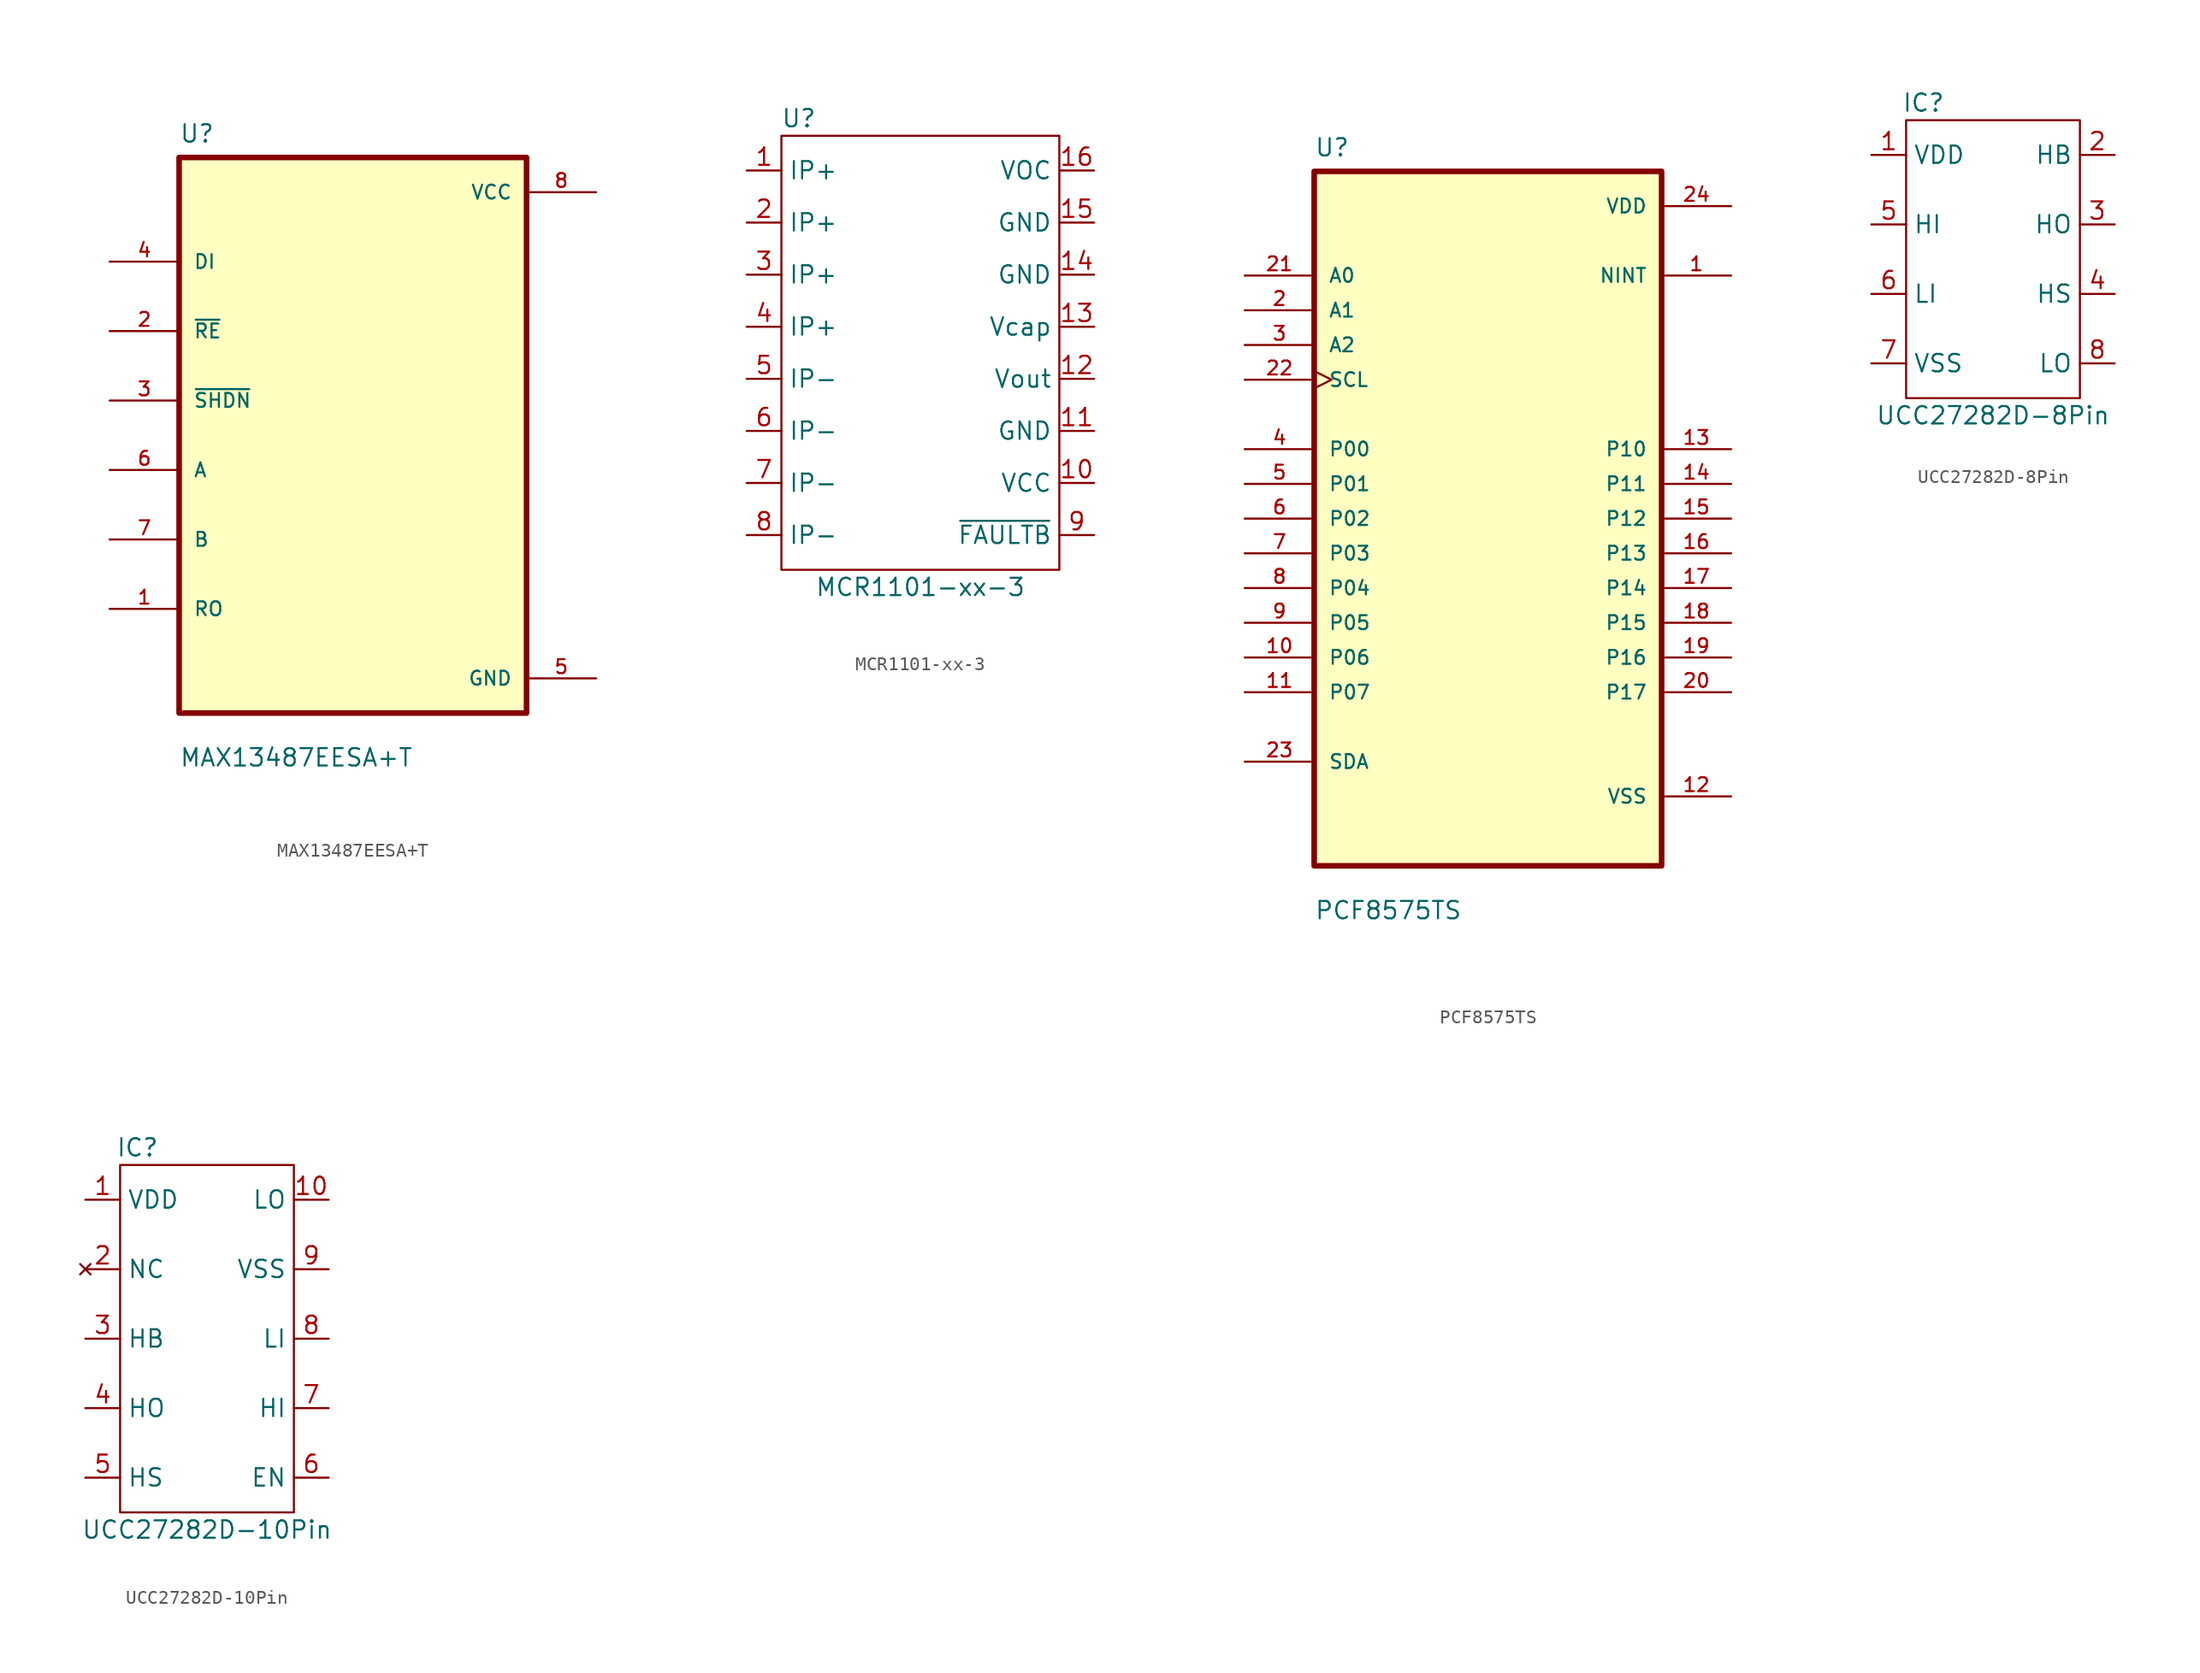
<source format=kicad_sym>
(kicad_symbol_lib
  (version 20220914)
  (generator kicad_symbol_editor)
  (symbol "MAX13487EESA+T"
    (pin_names
      (offset 1.016))
    (property "Reference" "U"
      (at -12.7 21.32 0)
      (effects (font (size 1.27 1.27)) (justify left bottom)))
    (property "Value" "MAX13487EESA+T"
      (at -12.7 -24.32 0)
      (effects (font (size 1.27 1.27)) (justify left bottom)))
    (symbol "MAX13487EESA+T_0_0"
      (rectangle (start -12.7 20.32) (end 12.7 -20.32) (stroke (width 0.41) (type default)) (fill (type background)))
      (pin bidirectional line (at -17.78 -12.7 0) (length 5.08) (name "RO" (effects (font (size 1.016 1.016)))) (number "1" (effects (font (size 1.016 1.016)))))
      (pin bidirectional line (at -17.78 7.62 0) (length 5.08) (name "~{RE}" (effects (font (size 1.016 1.016)))) (number "2" (effects (font (size 1.016 1.016)))))
      (pin bidirectional line (at -17.78 2.54 0) (length 5.08) (name "~{SHDN}" (effects (font (size 1.016 1.016)))) (number "3" (effects (font (size 1.016 1.016)))))
      (pin input line (at -17.78 12.7 0) (length 5.08) (name "DI" (effects (font (size 1.016 1.016)))) (number "4" (effects (font (size 1.016 1.016)))))
      (pin power_in line (at 17.78 -17.78 180) (length 5.08) (name "GND" (effects (font (size 1.016 1.016)))) (number "5" (effects (font (size 1.016 1.016)))))
      (pin bidirectional line (at -17.78 -2.54 0) (length 5.08) (name "A" (effects (font (size 1.016 1.016)))) (number "6" (effects (font (size 1.016 1.016)))))
      (pin bidirectional line (at -17.78 -7.62 0) (length 5.08) (name "B" (effects (font (size 1.016 1.016)))) (number "7" (effects (font (size 1.016 1.016)))))
      (pin power_in line (at 17.78 17.78 180) (length 5.08) (name "VCC" (effects (font (size 1.016 1.016)))) (number "8" (effects (font (size 1.016 1.016)))))))
  (symbol "MCR1101-xx-3"
    (property "Reference" "U"
      (at -8.89 16.51 0)
      (effects (font (size 1.27 1.27))))
    (property "Value" "MCR1101-xx-3"
      (at 0 -17.78 0)
      (effects (font (size 1.27 1.27))))
    (symbol "MCR1101-xx-3_0_1"
      (rectangle (start -10.16 15.24) (end 10.16 -16.51) (stroke (width 0) (type default)) (fill (type none))))
    (symbol "MCR1101-xx-3_1_1"
      (pin passive line (at -12.7 12.7 0) (length 2.54) (name "IP+" (effects (font (size 1.27 1.27)))) (number "1" (effects (font (size 1.27 1.27)))))
      (pin power_in line (at 12.7 -10.16 180) (length 2.54) (name "VCC" (effects (font (size 1.27 1.27)))) (number "10" (effects (font (size 1.27 1.27)))))
      (pin power_in line (at 12.7 -6.35 180) (length 2.54) (name "GND" (effects (font (size 1.27 1.27)))) (number "11" (effects (font (size 1.27 1.27)))))
      (pin output line (at 12.7 -2.54 180) (length 2.54) (name "Vout" (effects (font (size 1.27 1.27)))) (number "12" (effects (font (size 1.27 1.27)))))
      (pin passive line (at 12.7 1.27 180) (length 2.54) (name "Vcap" (effects (font (size 1.27 1.27)))) (number "13" (effects (font (size 1.27 1.27)))))
      (pin passive line (at 12.7 5.08 180) (length 2.54) (name "GND" (effects (font (size 1.27 1.27)))) (number "14" (effects (font (size 1.27 1.27)))))
      (pin passive line (at 12.7 8.89 180) (length 2.54) (name "GND" (effects (font (size 1.27 1.27)))) (number "15" (effects (font (size 1.27 1.27)))))
      (pin input line (at 12.7 12.7 180) (length 2.54) (name "VOC" (effects (font (size 1.27 1.27)))) (number "16" (effects (font (size 1.27 1.27)))))
      (pin passive line (at -12.7 8.89 0) (length 2.54) (name "IP+" (effects (font (size 1.27 1.27)))) (number "2" (effects (font (size 1.27 1.27)))))
      (pin passive line (at -12.7 5.08 0) (length 2.54) (name "IP+" (effects (font (size 1.27 1.27)))) (number "3" (effects (font (size 1.27 1.27)))))
      (pin passive line (at -12.7 1.27 0) (length 2.54) (name "IP+" (effects (font (size 1.27 1.27)))) (number "4" (effects (font (size 1.27 1.27)))))
      (pin passive line (at -12.7 -2.54 0) (length 2.54) (name "IP-" (effects (font (size 1.27 1.27)))) (number "5" (effects (font (size 1.27 1.27)))))
      (pin passive line (at -12.7 -6.35 0) (length 2.54) (name "IP-" (effects (font (size 1.27 1.27)))) (number "6" (effects (font (size 1.27 1.27)))))
      (pin passive line (at -12.7 -10.16 0) (length 2.54) (name "IP-" (effects (font (size 1.27 1.27)))) (number "7" (effects (font (size 1.27 1.27)))))
      (pin passive line (at -12.7 -13.97 0) (length 2.54) (name "IP-" (effects (font (size 1.27 1.27)))) (number "8" (effects (font (size 1.27 1.27)))))
      (pin output line (at 12.7 -13.97 180) (length 2.54) (name "~{FAULTB}" (effects (font (size 1.27 1.27)))) (number "9" (effects (font (size 1.27 1.27)))))))
  (symbol "PCF8575TS"
    (pin_names
      (offset 1.016))
    (property "Reference" "U"
      (at -12.7 26.4 0)
      (effects (font (size 1.27 1.27)) (justify left bottom)))
    (property "Value" "PCF8575TS"
      (at -12.7 -29.4 0)
      (effects (font (size 1.27 1.27)) (justify left bottom)))
    (symbol "PCF8575TS_0_0"
      (rectangle (start -12.7 -25.4) (end 12.7 25.4) (stroke (width 0.41) (type default)) (fill (type background)))
      (pin output line (at 17.78 17.78 180) (length 5.08) (name "NINT" (effects (font (size 1.016 1.016)))) (number "1" (effects (font (size 1.016 1.016)))))
      (pin bidirectional line (at -17.78 -10.16 0) (length 5.08) (name "P06" (effects (font (size 1.016 1.016)))) (number "10" (effects (font (size 1.016 1.016)))))
      (pin bidirectional line (at -17.78 -12.7 0) (length 5.08) (name "P07" (effects (font (size 1.016 1.016)))) (number "11" (effects (font (size 1.016 1.016)))))
      (pin power_in line (at 17.78 -20.32 180) (length 5.08) (name "VSS" (effects (font (size 1.016 1.016)))) (number "12" (effects (font (size 1.016 1.016)))))
      (pin bidirectional line (at 17.78 5.08 180) (length 5.08) (name "P10" (effects (font (size 1.016 1.016)))) (number "13" (effects (font (size 1.016 1.016)))))
      (pin bidirectional line (at 17.78 2.54 180) (length 5.08) (name "P11" (effects (font (size 1.016 1.016)))) (number "14" (effects (font (size 1.016 1.016)))))
      (pin bidirectional line (at 17.78 0 180) (length 5.08) (name "P12" (effects (font (size 1.016 1.016)))) (number "15" (effects (font (size 1.016 1.016)))))
      (pin bidirectional line (at 17.78 -2.54 180) (length 5.08) (name "P13" (effects (font (size 1.016 1.016)))) (number "16" (effects (font (size 1.016 1.016)))))
      (pin bidirectional line (at 17.78 -5.08 180) (length 5.08) (name "P14" (effects (font (size 1.016 1.016)))) (number "17" (effects (font (size 1.016 1.016)))))
      (pin bidirectional line (at 17.78 -7.62 180) (length 5.08) (name "P15" (effects (font (size 1.016 1.016)))) (number "18" (effects (font (size 1.016 1.016)))))
      (pin bidirectional line (at 17.78 -10.16 180) (length 5.08) (name "P16" (effects (font (size 1.016 1.016)))) (number "19" (effects (font (size 1.016 1.016)))))
      (pin input line (at -17.78 15.24 0) (length 5.08) (name "A1" (effects (font (size 1.016 1.016)))) (number "2" (effects (font (size 1.016 1.016)))))
      (pin bidirectional line (at 17.78 -12.7 180) (length 5.08) (name "P17" (effects (font (size 1.016 1.016)))) (number "20" (effects (font (size 1.016 1.016)))))
      (pin input line (at -17.78 17.78 0) (length 5.08) (name "A0" (effects (font (size 1.016 1.016)))) (number "21" (effects (font (size 1.016 1.016)))))
      (pin input clock (at -17.78 10.16 0) (length 5.08) (name "SCL" (effects (font (size 1.016 1.016)))) (number "22" (effects (font (size 1.016 1.016)))))
      (pin bidirectional line (at -17.78 -17.78 0) (length 5.08) (name "SDA" (effects (font (size 1.016 1.016)))) (number "23" (effects (font (size 1.016 1.016)))))
      (pin power_in line (at 17.78 22.86 180) (length 5.08) (name "VDD" (effects (font (size 1.016 1.016)))) (number "24" (effects (font (size 1.016 1.016)))))
      (pin input line (at -17.78 12.7 0) (length 5.08) (name "A2" (effects (font (size 1.016 1.016)))) (number "3" (effects (font (size 1.016 1.016)))))
      (pin bidirectional line (at -17.78 5.08 0) (length 5.08) (name "P00" (effects (font (size 1.016 1.016)))) (number "4" (effects (font (size 1.016 1.016)))))
      (pin bidirectional line (at -17.78 2.54 0) (length 5.08) (name "P01" (effects (font (size 1.016 1.016)))) (number "5" (effects (font (size 1.016 1.016)))))
      (pin bidirectional line (at -17.78 0 0) (length 5.08) (name "P02" (effects (font (size 1.016 1.016)))) (number "6" (effects (font (size 1.016 1.016)))))
      (pin bidirectional line (at -17.78 -2.54 0) (length 5.08) (name "P03" (effects (font (size 1.016 1.016)))) (number "7" (effects (font (size 1.016 1.016)))))
      (pin bidirectional line (at -17.78 -5.08 0) (length 5.08) (name "P04" (effects (font (size 1.016 1.016)))) (number "8" (effects (font (size 1.016 1.016)))))
      (pin bidirectional line (at -17.78 -7.62 0) (length 5.08) (name "P05" (effects (font (size 1.016 1.016)))) (number "9" (effects (font (size 1.016 1.016)))))))
  (symbol "UCC27282D-8Pin"
    (property "Reference" "IC"
      (at -5.08 10.16 0)
      (effects (font (size 1.27 1.27))))
    (property "Value" "UCC27282D-8Pin"
      (at 0 -12.7 0)
      (effects (font (size 1.27 1.27))))
    (symbol "UCC27282D-8Pin_0_1"
      (rectangle (start -6.35 8.89) (end 6.35 -11.43) (stroke (width 0) (type default)) (fill (type none))))
    (symbol "UCC27282D-8Pin_1_1"
      (pin power_in line (at -8.89 6.35 0) (length 2.54) (name "VDD" (effects (font (size 1.27 1.27)))) (number "1" (effects (font (size 1.27 1.27)))))
      (pin input line (at 8.89 6.35 180) (length 2.54) (name "HB" (effects (font (size 1.27 1.27)))) (number "2" (effects (font (size 1.27 1.27)))))
      (pin output line (at 8.89 1.27 180) (length 2.54) (name "HO" (effects (font (size 1.27 1.27)))) (number "3" (effects (font (size 1.27 1.27)))))
      (pin passive line (at 8.89 -3.81 180) (length 2.54) (name "HS" (effects (font (size 1.27 1.27)))) (number "4" (effects (font (size 1.27 1.27)))))
      (pin input line (at -8.89 1.27 0) (length 2.54) (name "HI" (effects (font (size 1.27 1.27)))) (number "5" (effects (font (size 1.27 1.27)))))
      (pin input line (at -8.89 -3.81 0) (length 2.54) (name "LI" (effects (font (size 1.27 1.27)))) (number "6" (effects (font (size 1.27 1.27)))))
      (pin power_in line (at -8.89 -8.89 0) (length 2.54) (name "VSS" (effects (font (size 1.27 1.27)))) (number "7" (effects (font (size 1.27 1.27)))))
      (pin output line (at 8.89 -8.89 180) (length 2.54) (name "LO" (effects (font (size 1.27 1.27)))) (number "8" (effects (font (size 1.27 1.27)))))))
  (symbol "UCC27282D-10Pin"
    (property "Reference" "IC"
      (at -5.08 8.89 0)
      (effects (font (size 1.27 1.27))))
    (property "Value" "UCC27282D-10Pin"
      (at 0 -19.05 0)
      (effects (font (size 1.27 1.27))))
    (symbol "UCC27282D-10Pin_0_1"
      (rectangle (start -6.35 7.62) (end 6.35 -17.78) (stroke (width 0) (type default)) (fill (type none))))
    (symbol "UCC27282D-10Pin_1_1"
      (pin power_in line (at -8.89 5.08 0) (length 2.54) (name "VDD" (effects (font (size 1.27 1.27)))) (number "1" (effects (font (size 1.27 1.27)))))
      (pin output line (at 8.89 5.08 180) (length 2.54) (name "LO" (effects (font (size 1.27 1.27)))) (number "10" (effects (font (size 1.27 1.27)))))
      (pin no_connect line (at -8.89 0 0) (length 2.54) (name "NC" (effects (font (size 1.27 1.27)))) (number "2" (effects (font (size 1.27 1.27)))))
      (pin input line (at -8.89 -5.08 0) (length 2.54) (name "HB" (effects (font (size 1.27 1.27)))) (number "3" (effects (font (size 1.27 1.27)))))
      (pin output line (at -8.89 -10.16 0) (length 2.54) (name "HO" (effects (font (size 1.27 1.27)))) (number "4" (effects (font (size 1.27 1.27)))))
      (pin passive line (at -8.89 -15.24 0) (length 2.54) (name "HS" (effects (font (size 1.27 1.27)))) (number "5" (effects (font (size 1.27 1.27)))))
      (pin input line (at 8.89 -15.24 180) (length 2.54) (name "EN" (effects (font (size 1.27 1.27)))) (number "6" (effects (font (size 1.27 1.27)))))
      (pin input line (at 8.89 -10.16 180) (length 2.54) (name "HI" (effects (font (size 1.27 1.27)))) (number "7" (effects (font (size 1.27 1.27)))))
      (pin input line (at 8.89 -5.08 180) (length 2.54) (name "LI" (effects (font (size 1.27 1.27)))) (number "8" (effects (font (size 1.27 1.27)))))
      (pin power_in line (at 8.89 0 180) (length 2.54) (name "VSS" (effects (font (size 1.27 1.27)))) (number "9" (effects (font (size 1.27 1.27))))))))
</source>
